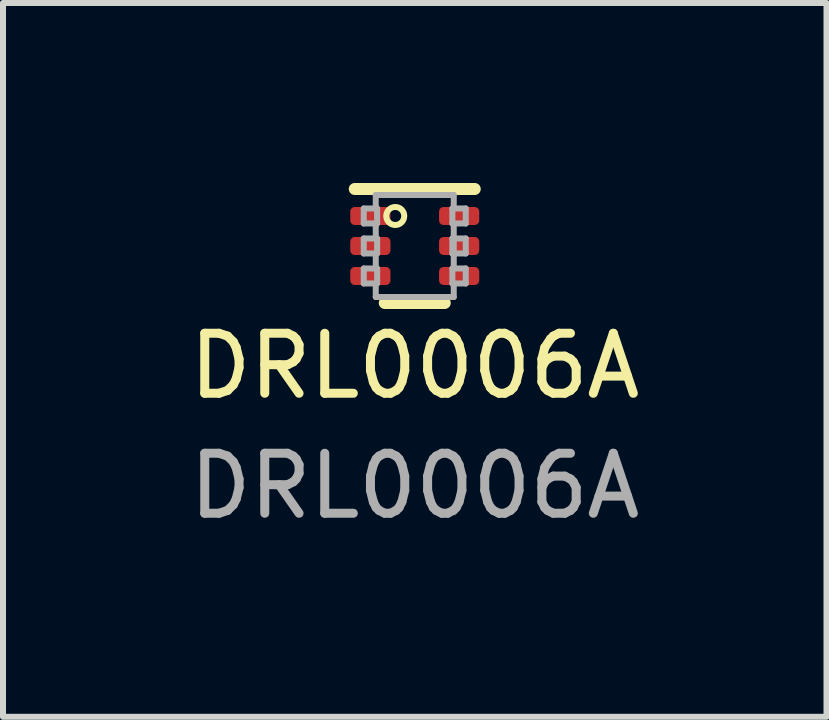
<source format=kicad_pcb>
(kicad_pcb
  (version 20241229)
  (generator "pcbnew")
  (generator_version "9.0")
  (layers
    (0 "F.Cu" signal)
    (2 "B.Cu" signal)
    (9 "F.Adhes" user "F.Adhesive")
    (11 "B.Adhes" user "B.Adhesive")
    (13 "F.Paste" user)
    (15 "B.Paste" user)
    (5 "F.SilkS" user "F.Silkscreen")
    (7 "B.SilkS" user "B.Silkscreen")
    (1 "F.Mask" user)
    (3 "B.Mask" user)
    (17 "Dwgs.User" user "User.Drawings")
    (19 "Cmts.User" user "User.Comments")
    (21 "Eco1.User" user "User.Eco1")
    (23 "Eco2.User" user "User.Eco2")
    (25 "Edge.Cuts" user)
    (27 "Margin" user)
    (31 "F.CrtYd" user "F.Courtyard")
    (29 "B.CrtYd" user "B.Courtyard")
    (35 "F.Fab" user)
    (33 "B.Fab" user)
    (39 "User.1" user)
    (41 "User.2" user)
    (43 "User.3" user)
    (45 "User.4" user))
  (footprint "DRL0006A"
    (layer "F.Cu")
    (at 3.863 1.05)
    (property "Reference" "DRL0006A" (at 0 2 0) (unlocked yes) (layer "F.SilkS") (effects (font (size 1 1) (thickness 0.15))))
    (attr smd)
    (fp_line (start -1 -0.95) (end 1 -0.95) (stroke (width 0.2) (type solid)) (layer "F.SilkS"))
    (fp_line (start -0.5 0.95) (end 0.5 0.95) (stroke (width 0.2) (type solid)) (layer "F.SilkS"))
    (fp_circle (center -0.325 -0.5) (end -0.175 -0.5) (stroke (width 0.1) (type solid)) (fill no) (layer "F.SilkS"))
    (fp_line (start -0.85 -0.625) (end -0.627 -0.625) (stroke (width 0.1) (type solid)) (layer "F.Fab"))
    (fp_line (start -0.85 -0.375) (end -0.85 -0.625) (stroke (width 0.1) (type solid)) (layer "F.Fab"))
    (fp_line (start -0.85 -0.375) (end -0.627 -0.375) (stroke (width 0.1) (type solid)) (layer "F.Fab"))
    (fp_line (start -0.85 -0.125) (end -0.627 -0.125) (stroke (width 0.1) (type solid)) (layer "F.Fab"))
    (fp_line (start -0.85 0.125) (end -0.85 -0.125) (stroke (width 0.1) (type solid)) (layer "F.Fab"))
    (fp_line (start -0.85 0.125) (end -0.627 0.125) (stroke (width 0.1) (type solid)) (layer "F.Fab"))
    (fp_line (start -0.85 0.375) (end -0.627 0.375) (stroke (width 0.1) (type solid)) (layer "F.Fab"))
    (fp_line (start -0.85 0.625) (end -0.85 0.375) (stroke (width 0.1) (type solid)) (layer "F.Fab"))
    (fp_line (start -0.85 0.625) (end -0.627 0.625) (stroke (width 0.1) (type solid)) (layer "F.Fab"))
    (fp_line (start -0.65 -0.85) (end 0.65 -0.85) (stroke (width 0.1) (type solid)) (layer "F.Fab"))
    (fp_line (start -0.65 -0.625) (end -0.65 -0.85) (stroke (width 0.1) (type solid)) (layer "F.Fab"))
    (fp_line (start -0.65 -0.125) (end -0.65 -0.375) (stroke (width 0.1) (type solid)) (layer "F.Fab"))
    (fp_line (start -0.65 0.375) (end -0.65 0.125) (stroke (width 0.1) (type solid)) (layer "F.Fab"))
    (fp_line (start -0.65 0.85) (end -0.65 0.625) (stroke (width 0.1) (type solid)) (layer "F.Fab"))
    (fp_line (start -0.65 0.85) (end 0.65 0.85) (stroke (width 0.1) (type solid)) (layer "F.Fab"))
    (fp_line (start -0.627 -0.375) (end -0.627 -0.625) (stroke (width 0.1) (type solid)) (layer "F.Fab"))
    (fp_line (start -0.627 0.125) (end -0.627 -0.125) (stroke (width 0.1) (type solid)) (layer "F.Fab"))
    (fp_line (start -0.627 0.625) (end -0.627 0.375) (stroke (width 0.1) (type solid)) (layer "F.Fab"))
    (fp_line (start 0.627 -0.625) (end 0.85 -0.625) (stroke (width 0.1) (type solid)) (layer "F.Fab"))
    (fp_line (start 0.627 -0.375) (end 0.627 -0.625) (stroke (width 0.1) (type solid)) (layer "F.Fab"))
    (fp_line (start 0.627 -0.375) (end 0.85 -0.375) (stroke (width 0.1) (type solid)) (layer "F.Fab"))
    (fp_line (start 0.627 -0.125) (end 0.85 -0.125) (stroke (width 0.1) (type solid)) (layer "F.Fab"))
    (fp_line (start 0.627 0.125) (end 0.627 -0.125) (stroke (width 0.1) (type solid)) (layer "F.Fab"))
    (fp_line (start 0.627 0.125) (end 0.85 0.125) (stroke (width 0.1) (type solid)) (layer "F.Fab"))
    (fp_line (start 0.627 0.375) (end 0.85 0.375) (stroke (width 0.1) (type solid)) (layer "F.Fab"))
    (fp_line (start 0.627 0.625) (end 0.627 0.375) (stroke (width 0.1) (type solid)) (layer "F.Fab"))
    (fp_line (start 0.627 0.625) (end 0.85 0.625) (stroke (width 0.1) (type solid)) (layer "F.Fab"))
    (fp_line (start 0.65 -0.625) (end 0.65 -0.85) (stroke (width 0.1) (type solid)) (layer "F.Fab"))
    (fp_line (start 0.65 0.375) (end 0.65 -0.375) (stroke (width 0.1) (type solid)) (layer "F.Fab"))
    (fp_line (start 0.65 0.85) (end 0.65 0.625) (stroke (width 0.1) (type solid)) (layer "F.Fab"))
    (fp_line (start 0.85 -0.375) (end 0.85 -0.625) (stroke (width 0.1) (type solid)) (layer "F.Fab"))
    (fp_line (start 0.85 0.625) (end 0.85 0.375) (stroke (width 0.1) (type solid)) (layer "F.Fab"))
    (fp_line (start 0.85 0.125) (end 0.85 -0.125) (stroke (width 0.1) (type solid)) (layer "F.Fab"))
    (fp_text user "${REFERENCE}" (at 0 4 0) (unlocked yes) (layer "F.Fab") (effects (font (size 1 1) (thickness 0.15))))
    (pad "1" smd roundrect (at -0.74 -0.5 90) (size 0.3 0.67) (layers "F.Cu" "F.Mask" "F.Paste") (roundrect_rratio 0.25))
    (pad "2" smd roundrect (at -0.74 -0.000003 90) (size 0.3 0.67) (layers "F.Cu" "F.Mask" "F.Paste") (roundrect_rratio 0.25))
    (pad "3" smd roundrect (at -0.74 0.5 90) (size 0.3 0.67) (layers "F.Cu" "F.Mask" "F.Paste") (roundrect_rratio 0.25))
    (pad "4" smd roundrect (at 0.74 0.5 90) (size 0.3 0.67) (layers "F.Cu" "F.Mask" "F.Paste") (roundrect_rratio 0.25))
    (pad "5" smd roundrect (at 0.74 -0.000003 90) (size 0.3 0.67) (layers "F.Cu" "F.Mask" "F.Paste") (roundrect_rratio 0.25))
    (pad "6" smd roundrect (at 0.74 -0.5 90) (size 0.3 0.67) (layers "F.Cu" "F.Mask" "F.Paste") (roundrect_rratio 0.25)))
  (gr_rect
    (start -3 -3)
    (end 10.726 8.898)
    (stroke (width 0.1) (type default))
    (fill no)
    (layer "Edge.Cuts")))
</source>
